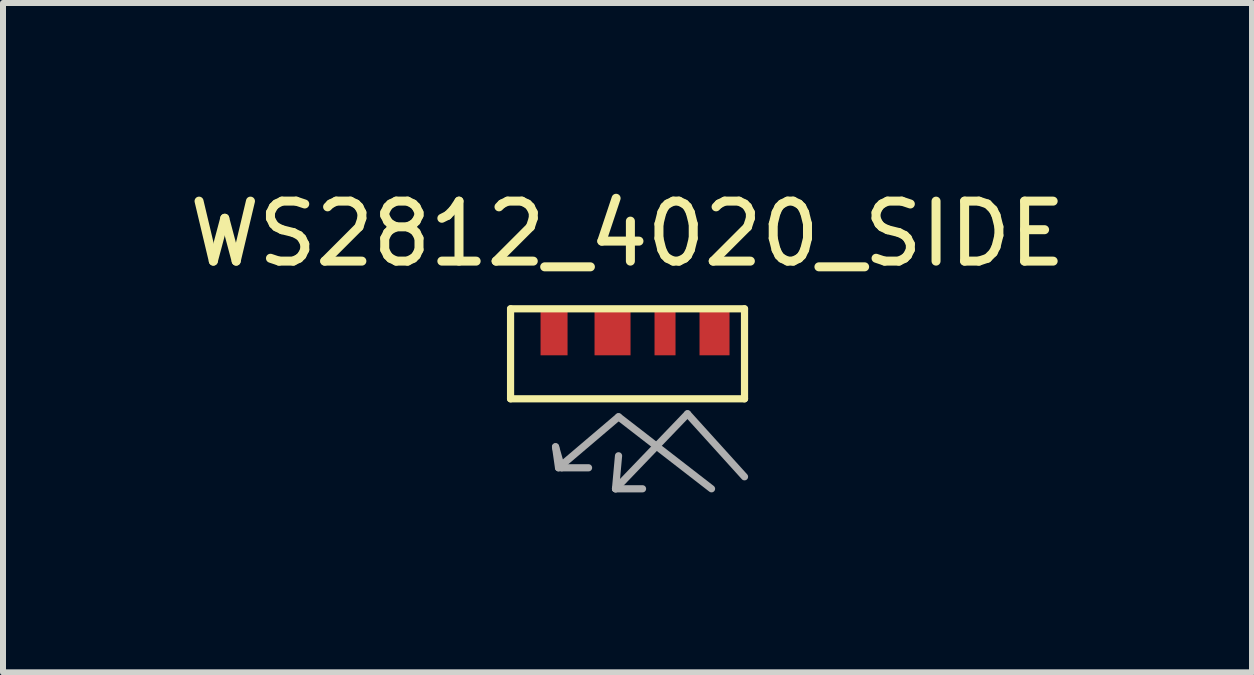
<source format=kicad_pcb>
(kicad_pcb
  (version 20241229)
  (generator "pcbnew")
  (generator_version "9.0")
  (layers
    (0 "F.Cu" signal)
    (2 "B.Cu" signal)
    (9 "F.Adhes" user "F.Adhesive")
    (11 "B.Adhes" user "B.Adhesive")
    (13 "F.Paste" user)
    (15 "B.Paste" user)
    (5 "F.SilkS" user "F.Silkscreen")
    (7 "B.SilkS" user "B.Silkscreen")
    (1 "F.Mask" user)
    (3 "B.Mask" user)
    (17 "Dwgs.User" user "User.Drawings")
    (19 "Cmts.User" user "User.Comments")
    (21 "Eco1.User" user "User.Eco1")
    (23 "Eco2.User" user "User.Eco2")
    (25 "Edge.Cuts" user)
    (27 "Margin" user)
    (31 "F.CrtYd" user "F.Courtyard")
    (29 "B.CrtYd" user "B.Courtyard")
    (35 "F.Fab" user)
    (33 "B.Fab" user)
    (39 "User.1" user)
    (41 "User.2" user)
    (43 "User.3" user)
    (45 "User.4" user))
  (footprint "WS2812_4020_SIDE"
    (layer "F.Cu")
    (at 7.411 2.848)
    (property "Reference" "WS2812_4020_SIDE" (at 0 -2 0) (layer "F.SilkS") (effects (font (size 1 1) (thickness 0.15))))
    (attr through_hole)
    (fp_line (start -1.95 -0.75) (end 1.95 -0.75) (stroke (width 0.12) (type solid)) (layer "F.SilkS"))
    (fp_line (start -1.95 0.75) (end -1.95 -0.75) (stroke (width 0.12) (type solid)) (layer "F.SilkS"))
    (fp_line (start -1.95 0.75) (end 1.95 0.75) (stroke (width 0.12) (type solid)) (layer "F.SilkS"))
    (fp_line (start 1.95 0.75) (end 1.95 -0.75) (stroke (width 0.12) (type solid)) (layer "F.SilkS"))
    (fp_line (start -1.2 1.55) (end -1.1 1.9) (stroke (width 0.12) (type solid)) (layer "F.Fab"))
    (fp_line (start -1.15 1.9) (end -1.2 1.55) (stroke (width 0.12) (type solid)) (layer "F.Fab"))
    (fp_line (start -1.1 1.9) (end -0.65 1.9) (stroke (width 0.12) (type solid)) (layer "F.Fab"))
    (fp_line (start -0.2 2.25) (end -0.15 1.7) (stroke (width 0.12) (type solid)) (layer "F.Fab"))
    (fp_line (start -0.2 2.25) (end 0.25 2.25) (stroke (width 0.12) (type solid)) (layer "F.Fab"))
    (fp_line (start -0.15 1.05) (end -1.15 1.9) (stroke (width 0.12) (type solid)) (layer "F.Fab"))
    (fp_line (start 1 1) (end -0.2 2.25) (stroke (width 0.12) (type solid)) (layer "F.Fab"))
    (fp_line (start 1.4 2.25) (end -0.15 1.05) (stroke (width 0.12) (type solid)) (layer "F.Fab"))
    (fp_line (start 1.95 2.05) (end 1 1) (stroke (width 0.12) (type solid)) (layer "F.Fab"))
    (pad "1" smd rect (at -1.225 -0.35) (size 0.45 0.75) (layers "F.Cu" "F.Mask" "F.Paste"))
    (pad "2" smd rect (at -0.25 -0.35) (size 0.6 0.75) (layers "F.Cu" "F.Mask" "F.Paste"))
    (pad "3" smd rect (at 0.625 -0.35) (size 0.35 0.75) (layers "F.Cu" "F.Mask" "F.Paste"))
    (pad "4" smd rect (at 1.45 -0.35) (size 0.5 0.75) (layers "F.Cu" "F.Mask" "F.Paste")))
  (gr_rect
    (start -3 -3)
    (end 17.821 8.158)
    (stroke (width 0.1) (type default))
    (fill no)
    (layer "Edge.Cuts")))
</source>
